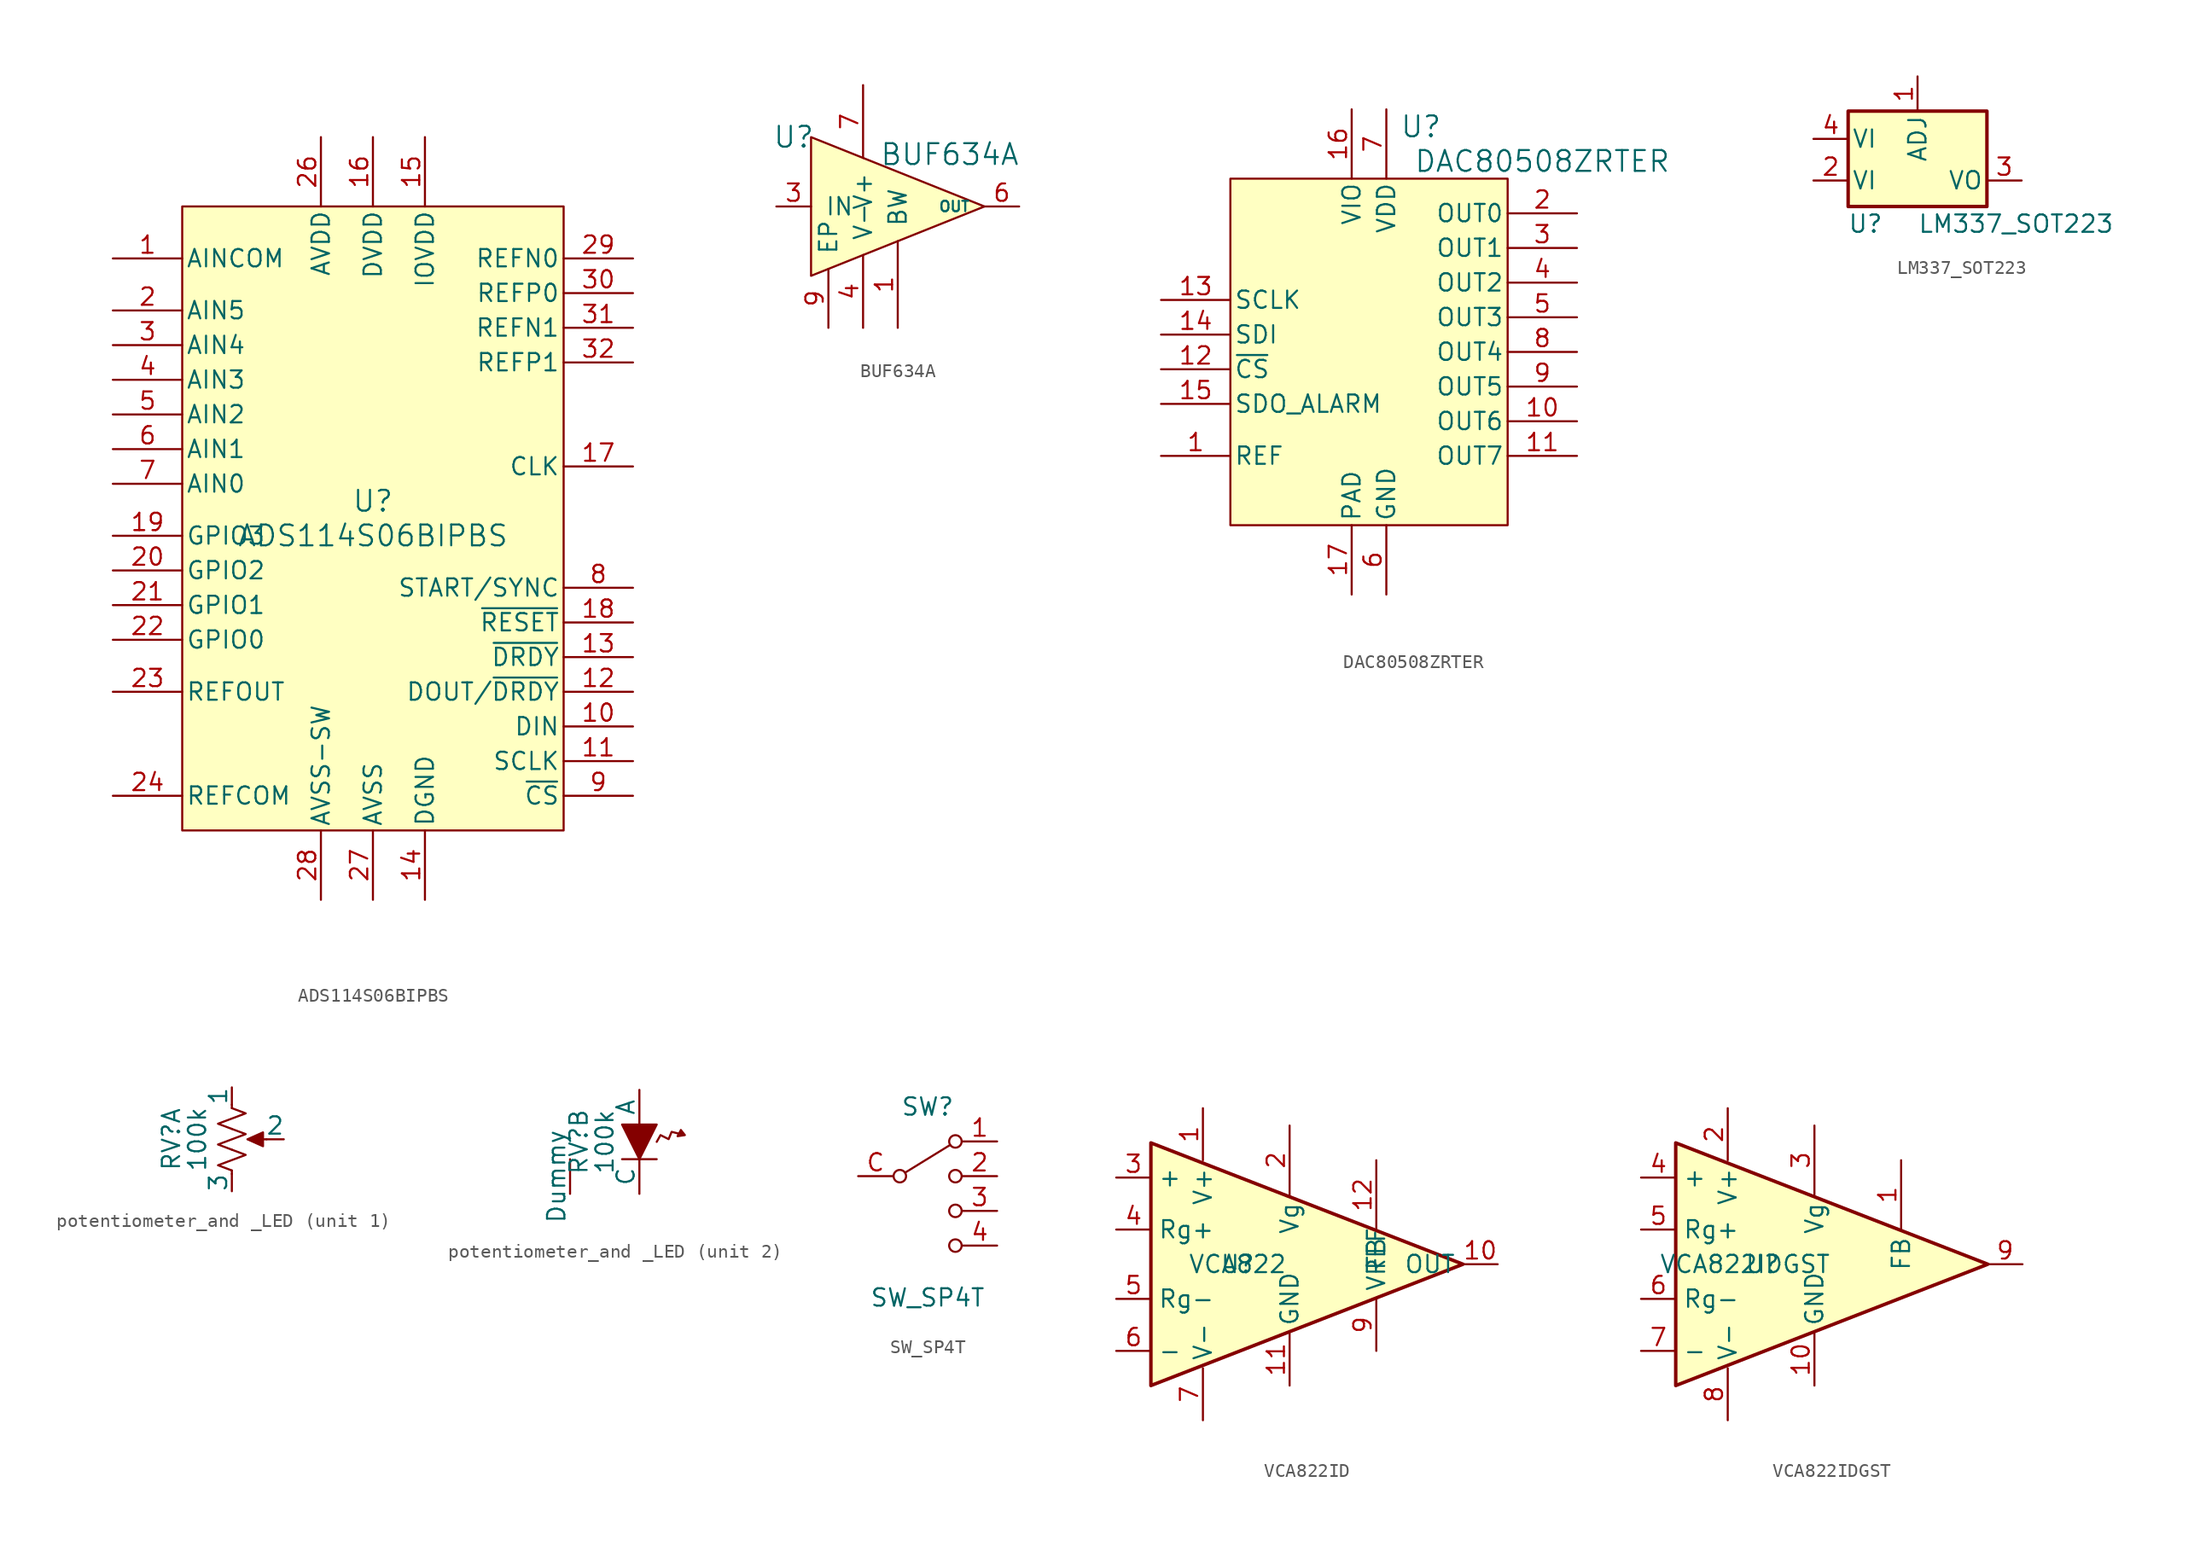
<source format=kicad_sym>
(kicad_symbol_lib
  (version 20220914)
  (generator kicad_symbol_editor)
  (symbol "ADS114S06BIPBS"
    (pin_names
      (offset 0.254))
    (property "Reference" "U"
      (at 0 2.54 0)
      (effects (font (size 1.524 1.524))))
    (property "Value" "ADS114S06BIPBS"
      (at 0 0 0)
      (effects (font (size 1.524 1.524))))
    (symbol "ADS114S06BIPBS_0_1"
      (pin input line (at -19.05 20.32 0) (length 5.08) (name "AINCOM" (effects (font (size 1.27 1.27)))) (number "1" (effects (font (size 1.27 1.27)))))
      (pin input line (at 19.05 -13.97 180) (length 5.08) (name "DIN" (effects (font (size 1.27 1.27)))) (number "10" (effects (font (size 1.27 1.27)))))
      (pin input line (at 19.05 -16.51 180) (length 5.08) (name "SCLK" (effects (font (size 1.27 1.27)))) (number "11" (effects (font (size 1.27 1.27)))))
      (pin power_in line (at 3.81 -26.67 90) (length 5.08) (name "DGND" (effects (font (size 1.27 1.27)))) (number "14" (effects (font (size 1.27 1.27)))))
      (pin power_in line (at 3.81 29.21 270) (length 5.08) (name "IOVDD" (effects (font (size 1.27 1.27)))) (number "15" (effects (font (size 1.27 1.27)))))
      (pin power_in line (at 0 29.21 270) (length 5.08) (name "DVDD" (effects (font (size 1.27 1.27)))) (number "16" (effects (font (size 1.27 1.27)))))
      (pin input line (at 19.05 5.08 180) (length 5.08) (name "CLK" (effects (font (size 1.27 1.27)))) (number "17" (effects (font (size 1.27 1.27)))))
      (pin bidirectional line (at -19.05 0 0) (length 5.08) (name "GPIO3" (effects (font (size 1.27 1.27)))) (number "19" (effects (font (size 1.27 1.27)))))
      (pin input line (at -19.05 16.51 0) (length 5.08) (name "AIN5" (effects (font (size 1.27 1.27)))) (number "2" (effects (font (size 1.27 1.27)))))
      (pin bidirectional line (at -19.05 -2.54 0) (length 5.08) (name "GPIO2" (effects (font (size 1.27 1.27)))) (number "20" (effects (font (size 1.27 1.27)))))
      (pin bidirectional line (at -19.05 -5.08 0) (length 5.08) (name "GPIO1" (effects (font (size 1.27 1.27)))) (number "21" (effects (font (size 1.27 1.27)))))
      (pin bidirectional line (at -19.05 -7.62 0) (length 5.08) (name "GPIO0" (effects (font (size 1.27 1.27)))) (number "22" (effects (font (size 1.27 1.27)))))
      (pin power_in line (at -19.05 -11.43 0) (length 5.08) (name "REFOUT" (effects (font (size 1.27 1.27)))) (number "23" (effects (font (size 1.27 1.27)))))
      (pin power_in line (at -19.05 -19.05 0) (length 5.08) (name "REFCOM" (effects (font (size 1.27 1.27)))) (number "24" (effects (font (size 1.27 1.27)))))
      (pin power_in line (at -3.81 29.21 270) (length 5.08) (name "AVDD" (effects (font (size 1.27 1.27)))) (number "26" (effects (font (size 1.27 1.27)))))
      (pin power_in line (at 0 -26.67 90) (length 5.08) (name "AVSS" (effects (font (size 1.27 1.27)))) (number "27" (effects (font (size 1.27 1.27)))))
      (pin power_in line (at -3.81 -26.67 90) (length 5.08) (name "AVSS-SW" (effects (font (size 1.27 1.27)))) (number "28" (effects (font (size 1.27 1.27)))))
      (pin input line (at 19.05 20.32 180) (length 5.08) (name "REFN0" (effects (font (size 1.27 1.27)))) (number "29" (effects (font (size 1.27 1.27)))))
      (pin input line (at -19.05 13.97 0) (length 5.08) (name "AIN4" (effects (font (size 1.27 1.27)))) (number "3" (effects (font (size 1.27 1.27)))))
      (pin input line (at 19.05 17.78 180) (length 5.08) (name "REFP0" (effects (font (size 1.27 1.27)))) (number "30" (effects (font (size 1.27 1.27)))))
      (pin input line (at 19.05 15.24 180) (length 5.08) (name "REFN1" (effects (font (size 1.27 1.27)))) (number "31" (effects (font (size 1.27 1.27)))))
      (pin input line (at 19.05 12.7 180) (length 5.08) (name "REFP1" (effects (font (size 1.27 1.27)))) (number "32" (effects (font (size 1.27 1.27)))))
      (pin input line (at -19.05 11.43 0) (length 5.08) (name "AIN3" (effects (font (size 1.27 1.27)))) (number "4" (effects (font (size 1.27 1.27)))))
      (pin input line (at -19.05 8.89 0) (length 5.08) (name "AIN2" (effects (font (size 1.27 1.27)))) (number "5" (effects (font (size 1.27 1.27)))))
      (pin input line (at -19.05 6.35 0) (length 5.08) (name "AIN1" (effects (font (size 1.27 1.27)))) (number "6" (effects (font (size 1.27 1.27)))))
      (pin input line (at -19.05 3.81 0) (length 5.08) (name "AIN0" (effects (font (size 1.27 1.27)))) (number "7" (effects (font (size 1.27 1.27))))))
    (symbol "ADS114S06BIPBS_1_1"
      (rectangle (start -13.97 24.13) (end 13.97 -21.59) (stroke (width 0) (type default)) (fill (type background)))
      (pin output line (at 19.05 -11.43 180) (length 5.08) (name "DOUT/~{DRDY}" (effects (font (size 1.27 1.27)))) (number "12" (effects (font (size 1.27 1.27)))))
      (pin output line (at 19.05 -8.89 180) (length 5.08) (name "~{DRDY}" (effects (font (size 1.27 1.27)))) (number "13" (effects (font (size 1.27 1.27)))))
      (pin input line (at 19.05 -6.35 180) (length 5.08) (name "~{RESET}" (effects (font (size 1.27 1.27)))) (number "18" (effects (font (size 1.27 1.27)))))
      (pin unspecified line (at 7.62 -21.59 270) (length 5.08) hide (name "NC" (effects (font (size 1.27 1.27)))) (number "25" (effects (font (size 1.27 1.27)))))
      (pin input line (at 19.05 -3.81 180) (length 5.08) (name "START/SYNC" (effects (font (size 1.27 1.27)))) (number "8" (effects (font (size 1.27 1.27)))))
      (pin input line (at 19.05 -19.05 180) (length 5.08) (name "~{CS}" (effects (font (size 1.27 1.27)))) (number "9" (effects (font (size 1.27 1.27)))))))
  (symbol "BUF634A"
    (pin_names
      (offset 1.016))
    (property "Reference" "U"
      (at 2.54 -12.7 0)
      (effects (font (size 1.524 1.524))))
    (property "Value" "BUF634A"
      (at 13.97 -13.97 0)
      (effects (font (size 1.524 1.524))))
    (symbol "BUF634A_1_1"
      (polyline (pts (xy 3.81 -22.86) (xy 3.81 -12.7) (xy 16.51 -17.78) (xy 3.81 -22.86)) (stroke (width 0) (type default)) (fill (type background)))
      (pin passive line (at 10.16 -26.67 90) (length 6.35) (name "BW" (effects (font (size 1.27 1.27)))) (number "1" (effects (font (size 1.27 1.27)))))
      (pin passive line (at 1.27 -17.78 0) (length 2.54) (name "IN" (effects (font (size 1.27 1.27)))) (number "3" (effects (font (size 1.27 1.27)))))
      (pin passive line (at 7.62 -26.67 90) (length 5.334) (name "V-" (effects (font (size 1.27 1.27)))) (number "4" (effects (font (size 1.27 1.27)))))
      (pin passive line (at 19.05 -17.78 180) (length 2.54) (name "OUT" (effects (font (size 0.762 0.762)))) (number "6" (effects (font (size 1.27 1.27)))))
      (pin passive line (at 7.62 -8.89 270) (length 5.334) (name "V+" (effects (font (size 1.27 1.27)))) (number "7" (effects (font (size 1.27 1.27)))))
      (pin passive line (at 5.08 -26.67 90) (length 4.318) (name "EP" (effects (font (size 1.27 1.27)))) (number "9" (effects (font (size 1.27 1.27)))))))
  (symbol "DAC80508ZRTER"
    (pin_names
      (offset 0.254))
    (property "Reference" "U"
      (at 3.81 15.24 0)
      (effects (font (size 1.524 1.524))))
    (property "Value" "DAC80508ZRTER"
      (at 12.7 12.7 0)
      (effects (font (size 1.524 1.524))))
    (symbol "DAC80508ZRTER_0_1"
      (pin bidirectional line (at -15.24 -8.89 0) (length 5.08) (name "REF" (effects (font (size 1.27 1.27)))) (number "1" (effects (font (size 1.27 1.27)))))
      (pin output line (at 15.24 -6.35 180) (length 5.08) (name "OUT6" (effects (font (size 1.27 1.27)))) (number "10" (effects (font (size 1.27 1.27)))))
      (pin output line (at 15.24 -8.89 180) (length 5.08) (name "OUT7" (effects (font (size 1.27 1.27)))) (number "11" (effects (font (size 1.27 1.27)))))
      (pin input line (at -15.24 2.54 0) (length 5.08) (name "SCLK" (effects (font (size 1.27 1.27)))) (number "13" (effects (font (size 1.27 1.27)))))
      (pin input line (at -15.24 0 0) (length 5.08) (name "SDI" (effects (font (size 1.27 1.27)))) (number "14" (effects (font (size 1.27 1.27)))))
      (pin tri_state line (at -15.24 -5.08 0) (length 5.08) (name "SDO_ALARM" (effects (font (size 1.27 1.27)))) (number "15" (effects (font (size 1.27 1.27)))))
      (pin power_in line (at -1.27 16.51 270) (length 5.08) (name "VIO" (effects (font (size 1.27 1.27)))) (number "16" (effects (font (size 1.27 1.27)))))
      (pin power_in line (at -1.27 -19.05 90) (length 5.08) (name "PAD" (effects (font (size 1.27 1.27)))) (number "17" (effects (font (size 1.27 1.27)))))
      (pin output line (at 15.24 8.89 180) (length 5.08) (name "OUT0" (effects (font (size 1.27 1.27)))) (number "2" (effects (font (size 1.27 1.27)))))
      (pin output line (at 15.24 6.35 180) (length 5.08) (name "OUT1" (effects (font (size 1.27 1.27)))) (number "3" (effects (font (size 1.27 1.27)))))
      (pin output line (at 15.24 3.81 180) (length 5.08) (name "OUT2" (effects (font (size 1.27 1.27)))) (number "4" (effects (font (size 1.27 1.27)))))
      (pin output line (at 15.24 1.27 180) (length 5.08) (name "OUT3" (effects (font (size 1.27 1.27)))) (number "5" (effects (font (size 1.27 1.27)))))
      (pin power_in line (at 1.27 -19.05 90) (length 5.08) (name "GND" (effects (font (size 1.27 1.27)))) (number "6" (effects (font (size 1.27 1.27)))))
      (pin power_in line (at 1.27 16.51 270) (length 5.08) (name "VDD" (effects (font (size 1.27 1.27)))) (number "7" (effects (font (size 1.27 1.27)))))
      (pin output line (at 15.24 -1.27 180) (length 5.08) (name "OUT4" (effects (font (size 1.27 1.27)))) (number "8" (effects (font (size 1.27 1.27)))))
      (pin output line (at 15.24 -3.81 180) (length 5.08) (name "OUT5" (effects (font (size 1.27 1.27)))) (number "9" (effects (font (size 1.27 1.27))))))
    (symbol "DAC80508ZRTER_1_1"
      (rectangle (start -10.16 11.43) (end 10.16 -13.97) (stroke (width 0) (type default)) (fill (type background)))
      (pin input line (at -15.24 -2.54 0) (length 5.08) (name "~{CS}" (effects (font (size 1.27 1.27)))) (number "12" (effects (font (size 1.27 1.27)))))))
  (symbol "LM337_SOT223"
    (pin_names
      (offset 0.254))
    (property "Reference" "U"
      (at -3.81 -3.175 0)
      (effects (font (size 1.27 1.27))))
    (property "Value" "LM337_SOT223"
      (at 0 -3.175 0)
      (effects (font (size 1.27 1.27)) (justify left)))
    (symbol "LM337_SOT223_0_1"
      (rectangle (start -5.08 5.08) (end 5.08 -1.905) (stroke (width 0.254) (type solid)) (fill (type background))))
    (symbol "LM337_SOT223_1_1"
      (pin input line (at 0 7.62 270) (length 2.54) (name "ADJ" (effects (font (size 1.27 1.27)))) (number "1" (effects (font (size 1.27 1.27)))))
      (pin power_in line (at -7.62 0 0) (length 2.54) (name "VI" (effects (font (size 1.27 1.27)))) (number "2" (effects (font (size 1.27 1.27)))))
      (pin power_out line (at 7.62 0 180) (length 2.54) (name "VO" (effects (font (size 1.27 1.27)))) (number "3" (effects (font (size 1.27 1.27)))))
      (pin power_in line (at -7.62 3.048 0) (length 2.54) (name "VI" (effects (font (size 1.27 1.27)))) (number "4" (effects (font (size 1.27 1.27)))))))
  (symbol "potentiometer_and _LED"
    (pin_numbers hide)
    (pin_names
      (offset 0))
    (property "Reference" "RV"
      (at -4.445 0 90)
      (effects (font (size 1.27 1.27))))
    (property "Value" "100k"
      (at -2.54 0 90)
      (effects (font (size 1.27 1.27))))
    (property "ki_locked" ""
      (at 0 0 0)
      (effects (font (size 1.27 1.27))))
    (symbol "potentiometer_and _LED_1_1"
      (unit_name "Potentiometer")
      (polyline (pts (xy 0 -2.286) (xy 0 -2.54)) (stroke (width 0) (type default)) (fill (type none)))
      (polyline (pts (xy 0 2.54) (xy 0 2.286)) (stroke (width 0) (type default)) (fill (type none)))
      (polyline (pts (xy 2.54 0) (xy 1.524 0)) (stroke (width 0) (type default)) (fill (type none)))
      (polyline (pts (xy 1.143 0) (xy 2.286 0.508) (xy 2.286 -0.508) (xy 1.143 0)) (stroke (width 0) (type default)) (fill (type outline)))
      (polyline (pts (xy 0 -0.762) (xy 1.016 -1.143) (xy 0 -1.524) (xy -1.016 -1.905) (xy 0 -2.286)) (stroke (width 0) (type default)) (fill (type none)))
      (polyline (pts (xy 0 0.762) (xy 1.016 0.381) (xy 0 0) (xy -1.016 -0.381) (xy 0 -0.762)) (stroke (width 0) (type default)) (fill (type none)))
      (polyline (pts (xy 0 2.286) (xy 1.016 1.905) (xy 0 1.524) (xy -1.016 1.143) (xy 0 0.762)) (stroke (width 0) (type default)) (fill (type none)))
      (pin passive line (at 0 3.81 270) (length 1.27) (name "1" (effects (font (size 1.27 1.27)))) (number "1" (effects (font (size 1.27 1.27)))))
      (pin passive line (at 3.81 0 180) (length 1.27) (name "2" (effects (font (size 1.27 1.27)))) (number "2" (effects (font (size 1.27 1.27)))))
      (pin passive line (at 0 -3.81 90) (length 1.27) (name "3" (effects (font (size 1.27 1.27)))) (number "3" (effects (font (size 1.27 1.27))))))
    (symbol "potentiometer_and _LED_2_1"
      (unit_name "LED")
      (polyline (pts (xy -1.27 -1.27) (xy 1.27 -1.27)) (stroke (width 0) (type default)) (fill (type none)))
      (polyline (pts (xy 1.27 1.27) (xy -1.27 1.27) (xy 0 -1.27) (xy 1.27 1.27)) (stroke (width 0) (type default)) (fill (type outline)))
      (polyline (pts (xy 1.27 0) (xy 1.549 0.496) (xy 2.143 0.198) (xy 2.361 0.734) (xy 2.936 0.595) (xy 3.036 0.852) (xy 2.798 0.416) (xy 3.333 0.496) (xy 3.036 0.872) (xy 3.155 0.555) (xy 3.016 0.595)) (stroke (width 0) (type default)) (fill (type none)))
      (pin passive line (at 0 3.81 270) (length 2.54) (name "A" (effects (font (size 1.27 1.27)))) (number "A" (effects (font (size 1.27 1.27)))))
      (pin passive line (at 0 -3.81 90) (length 2.54) (name "C" (effects (font (size 1.27 1.27)))) (number "C" (effects (font (size 1.27 1.27)))))
      (pin passive line (at -5.08 -3.81 90) (length 2.54) (name "Dummy" (effects (font (size 1.27 1.27)))) (number "L" (effects (font (size 1.27 1.27)))))))
  (symbol "SW_SP4T"
    (pin_names
      (offset 0) hide)
    (property "Reference" "SW"
      (at 0 5.08 0)
      (effects (font (size 1.27 1.27))))
    (property "Value" "SW_SP4T"
      (at 0 -8.89 0)
      (effects (font (size 1.27 1.27))))
    (symbol "SW_SP4T_0_1"
      (circle (center -2.032 0) (radius 0.457) (stroke (width 0) (type default)) (fill (type none)))
      (polyline (pts (xy -1.651 0.254) (xy 1.651 2.286)) (stroke (width 0) (type default)) (fill (type none)))
      (circle (center 2.032 -5.08) (radius 0.457) (stroke (width 0) (type default)) (fill (type none)))
      (circle (center 2.032 -2.54) (radius 0.457) (stroke (width 0) (type default)) (fill (type none)))
      (circle (center 2.032 0) (radius 0.457) (stroke (width 0) (type default)) (fill (type none)))
      (circle (center 2.032 2.54) (radius 0.457) (stroke (width 0) (type default)) (fill (type none))))
    (symbol "SW_SP4T_1_1"
      (pin passive line (at 5.08 2.54 180) (length 2.54) (name "1" (effects (font (size 1.27 1.27)))) (number "1" (effects (font (size 1.27 1.27)))))
      (pin passive line (at 5.08 0 180) (length 2.54) (name "2" (effects (font (size 1.27 1.27)))) (number "2" (effects (font (size 1.27 1.27)))))
      (pin passive line (at 5.08 -2.54 180) (length 2.54) (name "3" (effects (font (size 1.27 1.27)))) (number "3" (effects (font (size 1.27 1.27)))))
      (pin passive line (at 5.08 -5.08 180) (length 2.54) (name "4" (effects (font (size 1.27 1.27)))) (number "4" (effects (font (size 1.27 1.27)))))
      (pin passive line (at -5.08 0 0) (length 2.54) (name "Common" (effects (font (size 1.27 1.27)))) (number "C" (effects (font (size 1.27 1.27)))))))
  (symbol "VCA822ID"
    (property "Reference" "U"
      (at 0 0 0)
      (effects (font (size 1.27 1.27))))
    (property "Value" "VCA822"
      (at 0 0 0)
      (effects (font (size 1.27 1.27))))
    (symbol "VCA822ID_0_1"
      (polyline (pts (xy 16.51 0) (xy -6.35 8.89) (xy -6.35 -8.89) (xy 16.51 0)) (stroke (width 0.254) (type default)) (fill (type background))))
    (symbol "VCA822ID_1_1"
      (pin power_in line (at -2.54 11.43 270) (length 3.81) (name "V+" (effects (font (size 1.27 1.27)))) (number "1" (effects (font (size 1.27 1.27)))))
      (pin output line (at 19.05 0 180) (length 2.54) (name "OUT" (effects (font (size 1.27 1.27)))) (number "10" (effects (font (size 1.27 1.27)))))
      (pin power_in line (at 3.81 -8.89 90) (length 3.81) (name "GND" (effects (font (size 1.27 1.27)))) (number "11" (effects (font (size 1.27 1.27)))))
      (pin input line (at 10.16 7.62 270) (length 5.08) (name "FB" (effects (font (size 1.27 1.27)))) (number "12" (effects (font (size 1.27 1.27)))))
      (pin power_in line (at -2.54 11.43 270) (length 3.81) hide (name "V+" (effects (font (size 1.27 1.27)))) (number "14" (effects (font (size 1.27 1.27)))))
      (pin input line (at 3.81 10.16 270) (length 5.08) (name "Vg" (effects (font (size 1.27 1.27)))) (number "2" (effects (font (size 1.27 1.27)))))
      (pin input line (at -8.89 6.35 0) (length 2.54) (name "+" (effects (font (size 1.27 1.27)))) (number "3" (effects (font (size 1.27 1.27)))))
      (pin passive line (at -8.89 2.54 0) (length 2.54) (name "Rg+" (effects (font (size 1.27 1.27)))) (number "4" (effects (font (size 1.27 1.27)))))
      (pin passive line (at -8.89 -2.54 0) (length 2.54) (name "Rg-" (effects (font (size 1.27 1.27)))) (number "5" (effects (font (size 1.27 1.27)))))
      (pin input line (at -8.89 -6.35 0) (length 2.54) (name "-" (effects (font (size 1.27 1.27)))) (number "6" (effects (font (size 1.27 1.27)))))
      (pin power_in line (at -2.54 -11.43 90) (length 3.81) (name "V-" (effects (font (size 1.27 1.27)))) (number "7" (effects (font (size 1.27 1.27)))))
      (pin power_in line (at -2.54 -11.43 90) (length 3.81) hide (name "V-" (effects (font (size 1.27 1.27)))) (number "8" (effects (font (size 1.27 1.27)))))
      (pin power_in line (at 10.16 -6.35 90) (length 3.81) (name "VREF" (effects (font (size 1.27 1.27)))) (number "9" (effects (font (size 1.27 1.27)))))))
  (symbol "VCA822IDGST"
    (property "Reference" "U"
      (at 1.27 0 0)
      (effects (font (size 1.27 1.27))))
    (property "Value" "VCA822IDGST"
      (at 0 0 0)
      (effects (font (size 1.27 1.27))))
    (symbol "VCA822IDGST_0_1"
      (polyline (pts (xy 17.78 0) (xy -5.08 8.89) (xy -5.08 -8.89) (xy 17.78 0)) (stroke (width 0.254) (type default)) (fill (type background))))
    (symbol "VCA822IDGST_1_1"
      (pin input line (at 11.43 7.62 270) (length 5.08) (name "FB" (effects (font (size 1.27 1.27)))) (number "1" (effects (font (size 1.27 1.27)))))
      (pin power_in line (at 5.08 -8.89 90) (length 3.81) (name "GND" (effects (font (size 1.27 1.27)))) (number "10" (effects (font (size 1.27 1.27)))))
      (pin power_in line (at -1.27 11.43 270) (length 3.81) (name "V+" (effects (font (size 1.27 1.27)))) (number "2" (effects (font (size 1.27 1.27)))))
      (pin input line (at 5.08 10.16 270) (length 5.08) (name "Vg" (effects (font (size 1.27 1.27)))) (number "3" (effects (font (size 1.27 1.27)))))
      (pin input line (at -7.62 6.35 0) (length 2.54) (name "+" (effects (font (size 1.27 1.27)))) (number "4" (effects (font (size 1.27 1.27)))))
      (pin passive line (at -7.62 2.54 0) (length 2.54) (name "Rg+" (effects (font (size 1.27 1.27)))) (number "5" (effects (font (size 1.27 1.27)))))
      (pin passive line (at -7.62 -2.54 0) (length 2.54) (name "Rg-" (effects (font (size 1.27 1.27)))) (number "6" (effects (font (size 1.27 1.27)))))
      (pin input line (at -7.62 -6.35 0) (length 2.54) (name "-" (effects (font (size 1.27 1.27)))) (number "7" (effects (font (size 1.27 1.27)))))
      (pin power_in line (at -1.27 -11.43 90) (length 3.81) (name "V-" (effects (font (size 1.27 1.27)))) (number "8" (effects (font (size 1.27 1.27)))))
      (pin output line (at 20.32 0 180) (length 2.54) (name "~" (effects (font (size 1.27 1.27)))) (number "9" (effects (font (size 1.27 1.27))))))))
</source>
